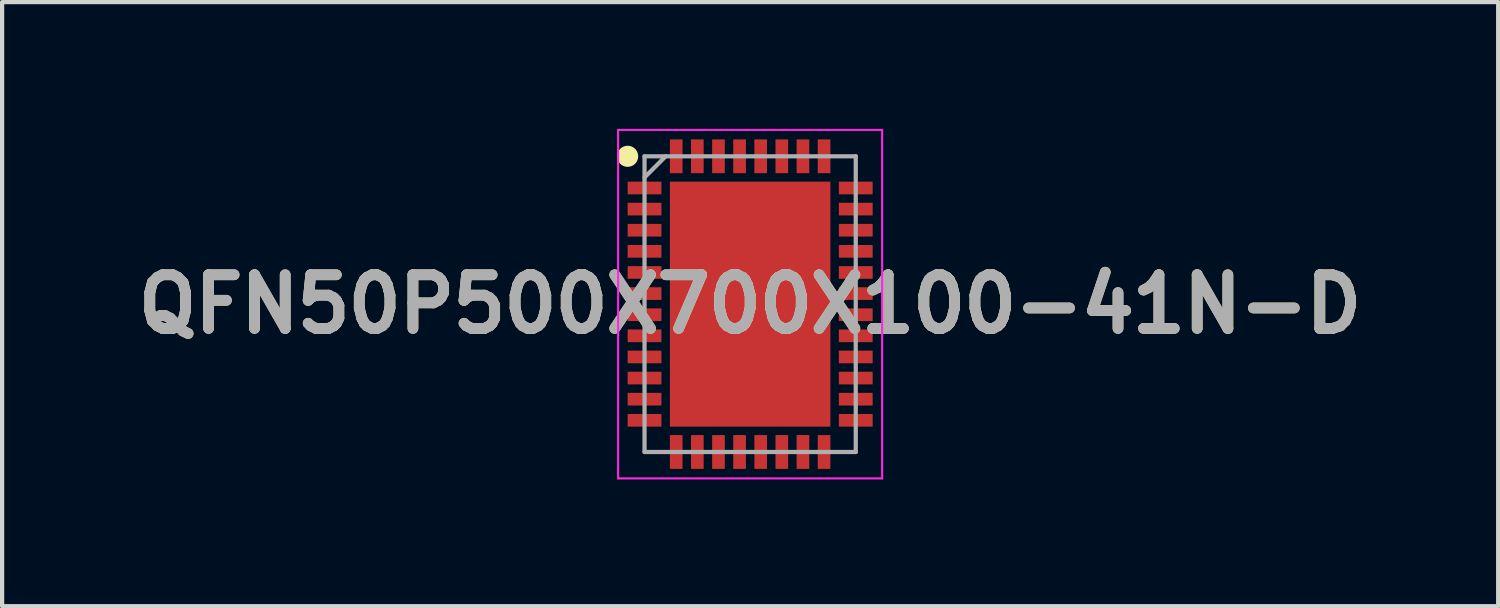
<source format=kicad_pcb>
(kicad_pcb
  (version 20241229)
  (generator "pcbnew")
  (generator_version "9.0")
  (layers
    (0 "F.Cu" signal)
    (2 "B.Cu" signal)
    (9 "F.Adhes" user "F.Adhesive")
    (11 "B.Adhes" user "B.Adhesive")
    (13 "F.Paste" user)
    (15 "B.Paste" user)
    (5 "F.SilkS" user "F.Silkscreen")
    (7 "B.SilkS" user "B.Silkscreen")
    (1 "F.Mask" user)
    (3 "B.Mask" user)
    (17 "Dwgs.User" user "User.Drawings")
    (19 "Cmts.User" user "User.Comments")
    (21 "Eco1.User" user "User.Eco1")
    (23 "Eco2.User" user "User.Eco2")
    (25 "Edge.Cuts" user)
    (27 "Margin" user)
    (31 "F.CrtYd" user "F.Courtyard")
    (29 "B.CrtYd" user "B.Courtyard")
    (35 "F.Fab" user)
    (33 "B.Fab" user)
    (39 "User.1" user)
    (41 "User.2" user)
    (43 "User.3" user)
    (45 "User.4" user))
  (footprint "QFN50P500X700X100-41N-D"
    (layer "F.Cu")
    (at 14.708 4.15)
    (property "Reference" "QFN50P500X700X100-41N-D" (at 0 0 0) (layer "F.SilkS") (effects (font (size 1.27 1.27) (thickness 0.254))))
    (attr smd)
    (fp_circle (center -2.9 -3.5) (end -2.9 -3.375) (stroke (width 0.25) (type solid)) (fill no) (layer "F.SilkS"))
    (fp_line (start -3.125 -4.125) (end 3.125 -4.125) (stroke (width 0.05) (type solid)) (layer "F.CrtYd"))
    (fp_line (start -3.125 4.125) (end -3.125 -4.125) (stroke (width 0.05) (type solid)) (layer "F.CrtYd"))
    (fp_line (start 3.125 -4.125) (end 3.125 4.125) (stroke (width 0.05) (type solid)) (layer "F.CrtYd"))
    (fp_line (start 3.125 4.125) (end -3.125 4.125) (stroke (width 0.05) (type solid)) (layer "F.CrtYd"))
    (fp_line (start -2.5 -3.5) (end 2.5 -3.5) (stroke (width 0.1) (type solid)) (layer "F.Fab"))
    (fp_line (start -2.5 -3) (end -2 -3.5) (stroke (width 0.1) (type solid)) (layer "F.Fab"))
    (fp_line (start -2.5 3.5) (end -2.5 -3.5) (stroke (width 0.1) (type solid)) (layer "F.Fab"))
    (fp_line (start 2.5 -3.5) (end 2.5 3.5) (stroke (width 0.1) (type solid)) (layer "F.Fab"))
    (fp_line (start 2.5 3.5) (end -2.5 3.5) (stroke (width 0.1) (type solid)) (layer "F.Fab"))
    (fp_text user "${REFERENCE}" (at 0 0 0) (layer "F.Fab") (effects (font (size 1.27 1.27) (thickness 0.254))))
    (pad "1" smd rect (at -2.5 -2.75 90) (size 0.3 0.8) (layers "F.Cu" "F.Mask" "F.Paste"))
    (pad "2" smd rect (at -2.5 -2.25 90) (size 0.3 0.8) (layers "F.Cu" "F.Mask" "F.Paste"))
    (pad "3" smd rect (at -2.5 -1.75 90) (size 0.3 0.8) (layers "F.Cu" "F.Mask" "F.Paste"))
    (pad "4" smd rect (at -2.5 -1.25 90) (size 0.3 0.8) (layers "F.Cu" "F.Mask" "F.Paste"))
    (pad "5" smd rect (at -2.5 -0.75 90) (size 0.3 0.8) (layers "F.Cu" "F.Mask" "F.Paste"))
    (pad "6" smd rect (at -2.5 -0.25 90) (size 0.3 0.8) (layers "F.Cu" "F.Mask" "F.Paste"))
    (pad "7" smd rect (at -2.5 0.25 90) (size 0.3 0.8) (layers "F.Cu" "F.Mask" "F.Paste"))
    (pad "8" smd rect (at -2.5 0.75 90) (size 0.3 0.8) (layers "F.Cu" "F.Mask" "F.Paste"))
    (pad "9" smd rect (at -2.5 1.25 90) (size 0.3 0.8) (layers "F.Cu" "F.Mask" "F.Paste"))
    (pad "10" smd rect (at -2.5 1.75 90) (size 0.3 0.8) (layers "F.Cu" "F.Mask" "F.Paste"))
    (pad "11" smd rect (at -2.5 2.25 90) (size 0.3 0.8) (layers "F.Cu" "F.Mask" "F.Paste"))
    (pad "12" smd rect (at -2.5 2.75 90) (size 0.3 0.8) (layers "F.Cu" "F.Mask" "F.Paste"))
    (pad "13" smd rect (at -1.75 3.5) (size 0.3 0.8) (layers "F.Cu" "F.Mask" "F.Paste"))
    (pad "14" smd rect (at -1.25 3.5) (size 0.3 0.8) (layers "F.Cu" "F.Mask" "F.Paste"))
    (pad "15" smd rect (at -0.75 3.5) (size 0.3 0.8) (layers "F.Cu" "F.Mask" "F.Paste"))
    (pad "16" smd rect (at -0.25 3.5) (size 0.3 0.8) (layers "F.Cu" "F.Mask" "F.Paste"))
    (pad "17" smd rect (at 0.25 3.5) (size 0.3 0.8) (layers "F.Cu" "F.Mask" "F.Paste"))
    (pad "18" smd rect (at 0.75 3.5) (size 0.3 0.8) (layers "F.Cu" "F.Mask" "F.Paste"))
    (pad "19" smd rect (at 1.25 3.5) (size 0.3 0.8) (layers "F.Cu" "F.Mask" "F.Paste"))
    (pad "20" smd rect (at 1.75 3.5) (size 0.3 0.8) (layers "F.Cu" "F.Mask" "F.Paste"))
    (pad "21" smd rect (at 2.5 2.75 90) (size 0.3 0.8) (layers "F.Cu" "F.Mask" "F.Paste"))
    (pad "22" smd rect (at 2.5 2.25 90) (size 0.3 0.8) (layers "F.Cu" "F.Mask" "F.Paste"))
    (pad "23" smd rect (at 2.5 1.75 90) (size 0.3 0.8) (layers "F.Cu" "F.Mask" "F.Paste"))
    (pad "24" smd rect (at 2.5 1.25 90) (size 0.3 0.8) (layers "F.Cu" "F.Mask" "F.Paste"))
    (pad "25" smd rect (at 2.5 0.75 90) (size 0.3 0.8) (layers "F.Cu" "F.Mask" "F.Paste"))
    (pad "26" smd rect (at 2.5 0.25 90) (size 0.3 0.8) (layers "F.Cu" "F.Mask" "F.Paste"))
    (pad "27" smd rect (at 2.5 -0.25 90) (size 0.3 0.8) (layers "F.Cu" "F.Mask" "F.Paste"))
    (pad "28" smd rect (at 2.5 -0.75 90) (size 0.3 0.8) (layers "F.Cu" "F.Mask" "F.Paste"))
    (pad "29" smd rect (at 2.5 -1.25 90) (size 0.3 0.8) (layers "F.Cu" "F.Mask" "F.Paste"))
    (pad "30" smd rect (at 2.5 -1.75 90) (size 0.3 0.8) (layers "F.Cu" "F.Mask" "F.Paste"))
    (pad "31" smd rect (at 2.5 -2.25 90) (size 0.3 0.8) (layers "F.Cu" "F.Mask" "F.Paste"))
    (pad "32" smd rect (at 2.5 -2.75 90) (size 0.3 0.8) (layers "F.Cu" "F.Mask" "F.Paste"))
    (pad "33" smd rect (at 1.75 -3.5) (size 0.3 0.8) (layers "F.Cu" "F.Mask" "F.Paste"))
    (pad "34" smd rect (at 1.25 -3.5) (size 0.3 0.8) (layers "F.Cu" "F.Mask" "F.Paste"))
    (pad "35" smd rect (at 0.75 -3.5) (size 0.3 0.8) (layers "F.Cu" "F.Mask" "F.Paste"))
    (pad "36" smd rect (at 0.25 -3.5) (size 0.3 0.8) (layers "F.Cu" "F.Mask" "F.Paste"))
    (pad "37" smd rect (at -0.25 -3.5) (size 0.3 0.8) (layers "F.Cu" "F.Mask" "F.Paste"))
    (pad "38" smd rect (at -0.75 -3.5) (size 0.3 0.8) (layers "F.Cu" "F.Mask" "F.Paste"))
    (pad "39" smd rect (at -1.25 -3.5) (size 0.3 0.8) (layers "F.Cu" "F.Mask" "F.Paste"))
    (pad "40" smd rect (at -1.75 -3.5) (size 0.3 0.8) (layers "F.Cu" "F.Mask" "F.Paste"))
    (pad "41" smd rect (at 0 0) (size 3.8 5.8) (layers "F.Cu" "F.Mask" "F.Paste")))
  (gr_rect
    (start -3 -3)
    (end 32.416 11.3)
    (stroke (width 0.1) (type default))
    (fill no)
    (layer "Edge.Cuts")))
</source>
